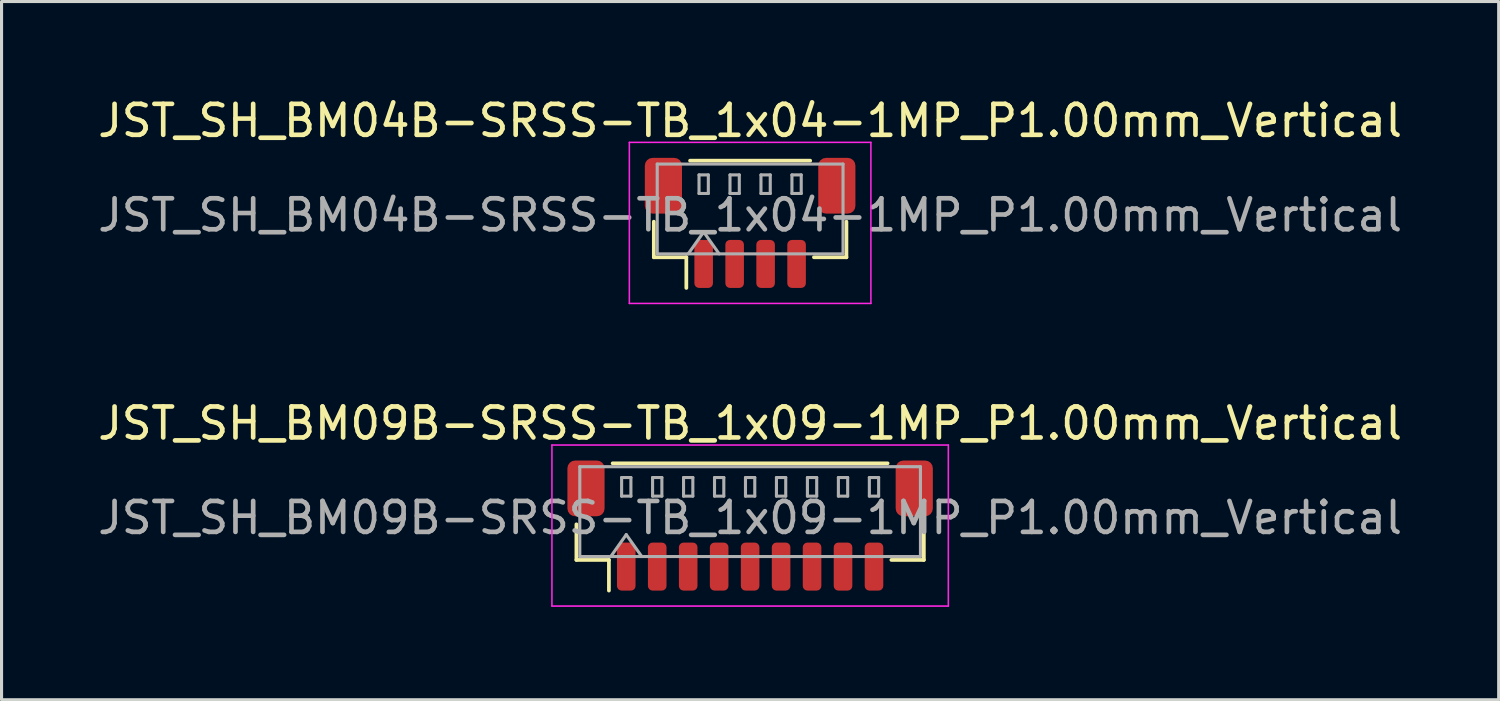
<source format=kicad_pcb>
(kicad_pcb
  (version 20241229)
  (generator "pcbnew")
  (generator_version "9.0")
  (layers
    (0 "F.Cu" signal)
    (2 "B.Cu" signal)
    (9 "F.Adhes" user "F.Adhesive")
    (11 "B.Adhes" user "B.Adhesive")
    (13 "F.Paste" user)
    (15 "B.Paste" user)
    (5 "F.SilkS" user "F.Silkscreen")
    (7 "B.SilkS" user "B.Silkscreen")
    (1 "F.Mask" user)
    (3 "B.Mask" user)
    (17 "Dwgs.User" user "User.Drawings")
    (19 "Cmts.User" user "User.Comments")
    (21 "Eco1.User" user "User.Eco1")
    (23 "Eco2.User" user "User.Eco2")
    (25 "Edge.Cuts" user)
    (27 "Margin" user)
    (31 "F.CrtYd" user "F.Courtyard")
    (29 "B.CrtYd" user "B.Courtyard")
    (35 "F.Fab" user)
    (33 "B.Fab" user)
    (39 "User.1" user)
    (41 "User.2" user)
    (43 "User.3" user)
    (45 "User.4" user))
  (footprint "JST_SH_BM09B-SRSS-TB_1x09-1MP_P1.00mm_Vertical"
    (layer "F.Cu")
    (at 21.173 13.921)
    (property "Reference" "JST_SH_BM09B-SRSS-TB_1x09-1MP_P1.00mm_Vertical" (at 0 -3.3 0) (layer "F.SilkS") (effects (font (size 1 1) (thickness 0.15))))
    (attr smd)
    (fp_line (start -5.61 -0.04) (end -5.61 1.11) (stroke (width 0.12) (type solid)) (layer "F.SilkS"))
    (fp_line (start -5.61 1.11) (end -4.56 1.11) (stroke (width 0.12) (type solid)) (layer "F.SilkS"))
    (fp_line (start -4.56 1.11) (end -4.56 2.1) (stroke (width 0.12) (type solid)) (layer "F.SilkS"))
    (fp_line (start -4.44 -2.01) (end 4.44 -2.01) (stroke (width 0.12) (type solid)) (layer "F.SilkS"))
    (fp_line (start 5.61 -0.04) (end 5.61 1.11) (stroke (width 0.12) (type solid)) (layer "F.SilkS"))
    (fp_line (start 5.61 1.11) (end 4.56 1.11) (stroke (width 0.12) (type solid)) (layer "F.SilkS"))
    (fp_line (start -6.4 -2.6) (end -6.4 2.6) (stroke (width 0.05) (type solid)) (layer "F.CrtYd"))
    (fp_line (start -6.4 2.6) (end 6.4 2.6) (stroke (width 0.05) (type solid)) (layer "F.CrtYd"))
    (fp_line (start 6.4 -2.6) (end -6.4 -2.6) (stroke (width 0.05) (type solid)) (layer "F.CrtYd"))
    (fp_line (start 6.4 2.6) (end 6.4 -2.6) (stroke (width 0.05) (type solid)) (layer "F.CrtYd"))
    (fp_line (start -5.5 -1.9) (end 5.5 -1.9) (stroke (width 0.1) (type solid)) (layer "F.Fab"))
    (fp_line (start -5.5 1) (end -5.5 -1.9) (stroke (width 0.1) (type solid)) (layer "F.Fab"))
    (fp_line (start -5.5 1) (end 5.5 1) (stroke (width 0.1) (type solid)) (layer "F.Fab"))
    (fp_line (start -4.5 1) (end -4 0.293) (stroke (width 0.1) (type solid)) (layer "F.Fab"))
    (fp_line (start -4.15 -1.55) (end -4.15 -0.95) (stroke (width 0.1) (type solid)) (layer "F.Fab"))
    (fp_line (start -4.15 -0.95) (end -3.85 -0.95) (stroke (width 0.1) (type solid)) (layer "F.Fab"))
    (fp_line (start -4 0.293) (end -3.5 1) (stroke (width 0.1) (type solid)) (layer "F.Fab"))
    (fp_line (start -3.85 -1.55) (end -4.15 -1.55) (stroke (width 0.1) (type solid)) (layer "F.Fab"))
    (fp_line (start -3.85 -0.95) (end -3.85 -1.55) (stroke (width 0.1) (type solid)) (layer "F.Fab"))
    (fp_line (start -3.15 -1.55) (end -3.15 -0.95) (stroke (width 0.1) (type solid)) (layer "F.Fab"))
    (fp_line (start -3.15 -0.95) (end -2.85 -0.95) (stroke (width 0.1) (type solid)) (layer "F.Fab"))
    (fp_line (start -2.85 -1.55) (end -3.15 -1.55) (stroke (width 0.1) (type solid)) (layer "F.Fab"))
    (fp_line (start -2.85 -0.95) (end -2.85 -1.55) (stroke (width 0.1) (type solid)) (layer "F.Fab"))
    (fp_line (start -2.15 -1.55) (end -2.15 -0.95) (stroke (width 0.1) (type solid)) (layer "F.Fab"))
    (fp_line (start -2.15 -0.95) (end -1.85 -0.95) (stroke (width 0.1) (type solid)) (layer "F.Fab"))
    (fp_line (start -1.85 -1.55) (end -2.15 -1.55) (stroke (width 0.1) (type solid)) (layer "F.Fab"))
    (fp_line (start -1.85 -0.95) (end -1.85 -1.55) (stroke (width 0.1) (type solid)) (layer "F.Fab"))
    (fp_line (start -1.15 -1.55) (end -1.15 -0.95) (stroke (width 0.1) (type solid)) (layer "F.Fab"))
    (fp_line (start -1.15 -0.95) (end -0.85 -0.95) (stroke (width 0.1) (type solid)) (layer "F.Fab"))
    (fp_line (start -0.85 -1.55) (end -1.15 -1.55) (stroke (width 0.1) (type solid)) (layer "F.Fab"))
    (fp_line (start -0.85 -0.95) (end -0.85 -1.55) (stroke (width 0.1) (type solid)) (layer "F.Fab"))
    (fp_line (start -0.15 -1.55) (end -0.15 -0.95) (stroke (width 0.1) (type solid)) (layer "F.Fab"))
    (fp_line (start -0.15 -0.95) (end 0.15 -0.95) (stroke (width 0.1) (type solid)) (layer "F.Fab"))
    (fp_line (start 0.15 -1.55) (end -0.15 -1.55) (stroke (width 0.1) (type solid)) (layer "F.Fab"))
    (fp_line (start 0.15 -0.95) (end 0.15 -1.55) (stroke (width 0.1) (type solid)) (layer "F.Fab"))
    (fp_line (start 0.85 -1.55) (end 0.85 -0.95) (stroke (width 0.1) (type solid)) (layer "F.Fab"))
    (fp_line (start 0.85 -0.95) (end 1.15 -0.95) (stroke (width 0.1) (type solid)) (layer "F.Fab"))
    (fp_line (start 1.15 -1.55) (end 0.85 -1.55) (stroke (width 0.1) (type solid)) (layer "F.Fab"))
    (fp_line (start 1.15 -0.95) (end 1.15 -1.55) (stroke (width 0.1) (type solid)) (layer "F.Fab"))
    (fp_line (start 1.85 -1.55) (end 1.85 -0.95) (stroke (width 0.1) (type solid)) (layer "F.Fab"))
    (fp_line (start 1.85 -0.95) (end 2.15 -0.95) (stroke (width 0.1) (type solid)) (layer "F.Fab"))
    (fp_line (start 2.15 -1.55) (end 1.85 -1.55) (stroke (width 0.1) (type solid)) (layer "F.Fab"))
    (fp_line (start 2.15 -0.95) (end 2.15 -1.55) (stroke (width 0.1) (type solid)) (layer "F.Fab"))
    (fp_line (start 2.85 -1.55) (end 2.85 -0.95) (stroke (width 0.1) (type solid)) (layer "F.Fab"))
    (fp_line (start 2.85 -0.95) (end 3.15 -0.95) (stroke (width 0.1) (type solid)) (layer "F.Fab"))
    (fp_line (start 3.15 -1.55) (end 2.85 -1.55) (stroke (width 0.1) (type solid)) (layer "F.Fab"))
    (fp_line (start 3.15 -0.95) (end 3.15 -1.55) (stroke (width 0.1) (type solid)) (layer "F.Fab"))
    (fp_line (start 3.85 -1.55) (end 3.85 -0.95) (stroke (width 0.1) (type solid)) (layer "F.Fab"))
    (fp_line (start 3.85 -0.95) (end 4.15 -0.95) (stroke (width 0.1) (type solid)) (layer "F.Fab"))
    (fp_line (start 4.15 -1.55) (end 3.85 -1.55) (stroke (width 0.1) (type solid)) (layer "F.Fab"))
    (fp_line (start 4.15 -0.95) (end 4.15 -1.55) (stroke (width 0.1) (type solid)) (layer "F.Fab"))
    (fp_line (start 5.5 1) (end 5.5 -1.9) (stroke (width 0.1) (type solid)) (layer "F.Fab"))
    (fp_text user "${REFERENCE}" (at 0 -0.25 0) (layer "F.Fab") (effects (font (size 1 1) (thickness 0.15))))
    (pad "1" smd roundrect (at -4 1.325) (size 0.6 1.55) (layers "F.Cu" "F.Mask" "F.Paste") (roundrect_rratio 0.25))
    (pad "2" smd roundrect (at -3 1.325) (size 0.6 1.55) (layers "F.Cu" "F.Mask" "F.Paste") (roundrect_rratio 0.25))
    (pad "3" smd roundrect (at -2 1.325) (size 0.6 1.55) (layers "F.Cu" "F.Mask" "F.Paste") (roundrect_rratio 0.25))
    (pad "4" smd roundrect (at -1 1.325) (size 0.6 1.55) (layers "F.Cu" "F.Mask" "F.Paste") (roundrect_rratio 0.25))
    (pad "5" smd roundrect (at 0 1.325) (size 0.6 1.55) (layers "F.Cu" "F.Mask" "F.Paste") (roundrect_rratio 0.25))
    (pad "6" smd roundrect (at 1 1.325) (size 0.6 1.55) (layers "F.Cu" "F.Mask" "F.Paste") (roundrect_rratio 0.25))
    (pad "7" smd roundrect (at 2 1.325) (size 0.6 1.55) (layers "F.Cu" "F.Mask" "F.Paste") (roundrect_rratio 0.25))
    (pad "8" smd roundrect (at 3 1.325) (size 0.6 1.55) (layers "F.Cu" "F.Mask" "F.Paste") (roundrect_rratio 0.25))
    (pad "9" smd roundrect (at 4 1.325) (size 0.6 1.55) (layers "F.Cu" "F.Mask" "F.Paste") (roundrect_rratio 0.25))
    (pad "MP" smd roundrect (at -5.3 -1.2) (size 1.2 1.8) (layers "F.Cu" "F.Mask" "F.Paste") (roundrect_rratio 0.208))
    (pad "MP" smd roundrect (at 5.3 -1.2) (size 1.2 1.8) (layers "F.Cu" "F.Mask" "F.Paste") (roundrect_rratio 0.208)))
  (footprint "JST_SH_BM04B-SRSS-TB_1x04-1MP_P1.00mm_Vertical"
    (layer "F.Cu")
    (at 21.173 4.148)
    (property "Reference" "JST_SH_BM04B-SRSS-TB_1x04-1MP_P1.00mm_Vertical" (at 0 -3.3 0) (layer "F.SilkS") (effects (font (size 1 1) (thickness 0.15))))
    (attr smd)
    (fp_line (start -3.11 -0.04) (end -3.11 1.11) (stroke (width 0.12) (type solid)) (layer "F.SilkS"))
    (fp_line (start -3.11 1.11) (end -2.06 1.11) (stroke (width 0.12) (type solid)) (layer "F.SilkS"))
    (fp_line (start -2.06 1.11) (end -2.06 2.1) (stroke (width 0.12) (type solid)) (layer "F.SilkS"))
    (fp_line (start -1.94 -2.01) (end 1.94 -2.01) (stroke (width 0.12) (type solid)) (layer "F.SilkS"))
    (fp_line (start 3.11 -0.04) (end 3.11 1.11) (stroke (width 0.12) (type solid)) (layer "F.SilkS"))
    (fp_line (start 3.11 1.11) (end 2.06 1.11) (stroke (width 0.12) (type solid)) (layer "F.SilkS"))
    (fp_line (start -3.9 -2.6) (end -3.9 2.6) (stroke (width 0.05) (type solid)) (layer "F.CrtYd"))
    (fp_line (start -3.9 2.6) (end 3.9 2.6) (stroke (width 0.05) (type solid)) (layer "F.CrtYd"))
    (fp_line (start 3.9 -2.6) (end -3.9 -2.6) (stroke (width 0.05) (type solid)) (layer "F.CrtYd"))
    (fp_line (start 3.9 2.6) (end 3.9 -2.6) (stroke (width 0.05) (type solid)) (layer "F.CrtYd"))
    (fp_line (start -3 -1.9) (end 3 -1.9) (stroke (width 0.1) (type solid)) (layer "F.Fab"))
    (fp_line (start -3 1) (end -3 -1.9) (stroke (width 0.1) (type solid)) (layer "F.Fab"))
    (fp_line (start -3 1) (end 3 1) (stroke (width 0.1) (type solid)) (layer "F.Fab"))
    (fp_line (start -2 1) (end -1.5 0.293) (stroke (width 0.1) (type solid)) (layer "F.Fab"))
    (fp_line (start -1.65 -1.55) (end -1.65 -0.95) (stroke (width 0.1) (type solid)) (layer "F.Fab"))
    (fp_line (start -1.65 -0.95) (end -1.35 -0.95) (stroke (width 0.1) (type solid)) (layer "F.Fab"))
    (fp_line (start -1.5 0.293) (end -1 1) (stroke (width 0.1) (type solid)) (layer "F.Fab"))
    (fp_line (start -1.35 -1.55) (end -1.65 -1.55) (stroke (width 0.1) (type solid)) (layer "F.Fab"))
    (fp_line (start -1.35 -0.95) (end -1.35 -1.55) (stroke (width 0.1) (type solid)) (layer "F.Fab"))
    (fp_line (start -0.65 -1.55) (end -0.65 -0.95) (stroke (width 0.1) (type solid)) (layer "F.Fab"))
    (fp_line (start -0.65 -0.95) (end -0.35 -0.95) (stroke (width 0.1) (type solid)) (layer "F.Fab"))
    (fp_line (start -0.35 -1.55) (end -0.65 -1.55) (stroke (width 0.1) (type solid)) (layer "F.Fab"))
    (fp_line (start -0.35 -0.95) (end -0.35 -1.55) (stroke (width 0.1) (type solid)) (layer "F.Fab"))
    (fp_line (start 0.35 -1.55) (end 0.35 -0.95) (stroke (width 0.1) (type solid)) (layer "F.Fab"))
    (fp_line (start 0.35 -0.95) (end 0.65 -0.95) (stroke (width 0.1) (type solid)) (layer "F.Fab"))
    (fp_line (start 0.65 -1.55) (end 0.35 -1.55) (stroke (width 0.1) (type solid)) (layer "F.Fab"))
    (fp_line (start 0.65 -0.95) (end 0.65 -1.55) (stroke (width 0.1) (type solid)) (layer "F.Fab"))
    (fp_line (start 1.35 -1.55) (end 1.35 -0.95) (stroke (width 0.1) (type solid)) (layer "F.Fab"))
    (fp_line (start 1.35 -0.95) (end 1.65 -0.95) (stroke (width 0.1) (type solid)) (layer "F.Fab"))
    (fp_line (start 1.65 -1.55) (end 1.35 -1.55) (stroke (width 0.1) (type solid)) (layer "F.Fab"))
    (fp_line (start 1.65 -0.95) (end 1.65 -1.55) (stroke (width 0.1) (type solid)) (layer "F.Fab"))
    (fp_line (start 3 1) (end 3 -1.9) (stroke (width 0.1) (type solid)) (layer "F.Fab"))
    (fp_text user "${REFERENCE}" (at 0 -0.25 0) (layer "F.Fab") (effects (font (size 1 1) (thickness 0.15))))
    (pad "1" smd roundrect (at -1.5 1.325) (size 0.6 1.55) (layers "F.Cu" "F.Mask" "F.Paste") (roundrect_rratio 0.25))
    (pad "2" smd roundrect (at -0.5 1.325) (size 0.6 1.55) (layers "F.Cu" "F.Mask" "F.Paste") (roundrect_rratio 0.25))
    (pad "3" smd roundrect (at 0.5 1.325) (size 0.6 1.55) (layers "F.Cu" "F.Mask" "F.Paste") (roundrect_rratio 0.25))
    (pad "4" smd roundrect (at 1.5 1.325) (size 0.6 1.55) (layers "F.Cu" "F.Mask" "F.Paste") (roundrect_rratio 0.25))
    (pad "MP" smd roundrect (at -2.8 -1.2) (size 1.2 1.8) (layers "F.Cu" "F.Mask" "F.Paste") (roundrect_rratio 0.208))
    (pad "MP" smd roundrect (at 2.8 -1.2) (size 1.2 1.8) (layers "F.Cu" "F.Mask" "F.Paste") (roundrect_rratio 0.208)))
  (gr_rect
    (start -3 -3)
    (end 45.345 19.547)
    (stroke (width 0.1) (type default))
    (fill no)
    (layer "Edge.Cuts")))
</source>
